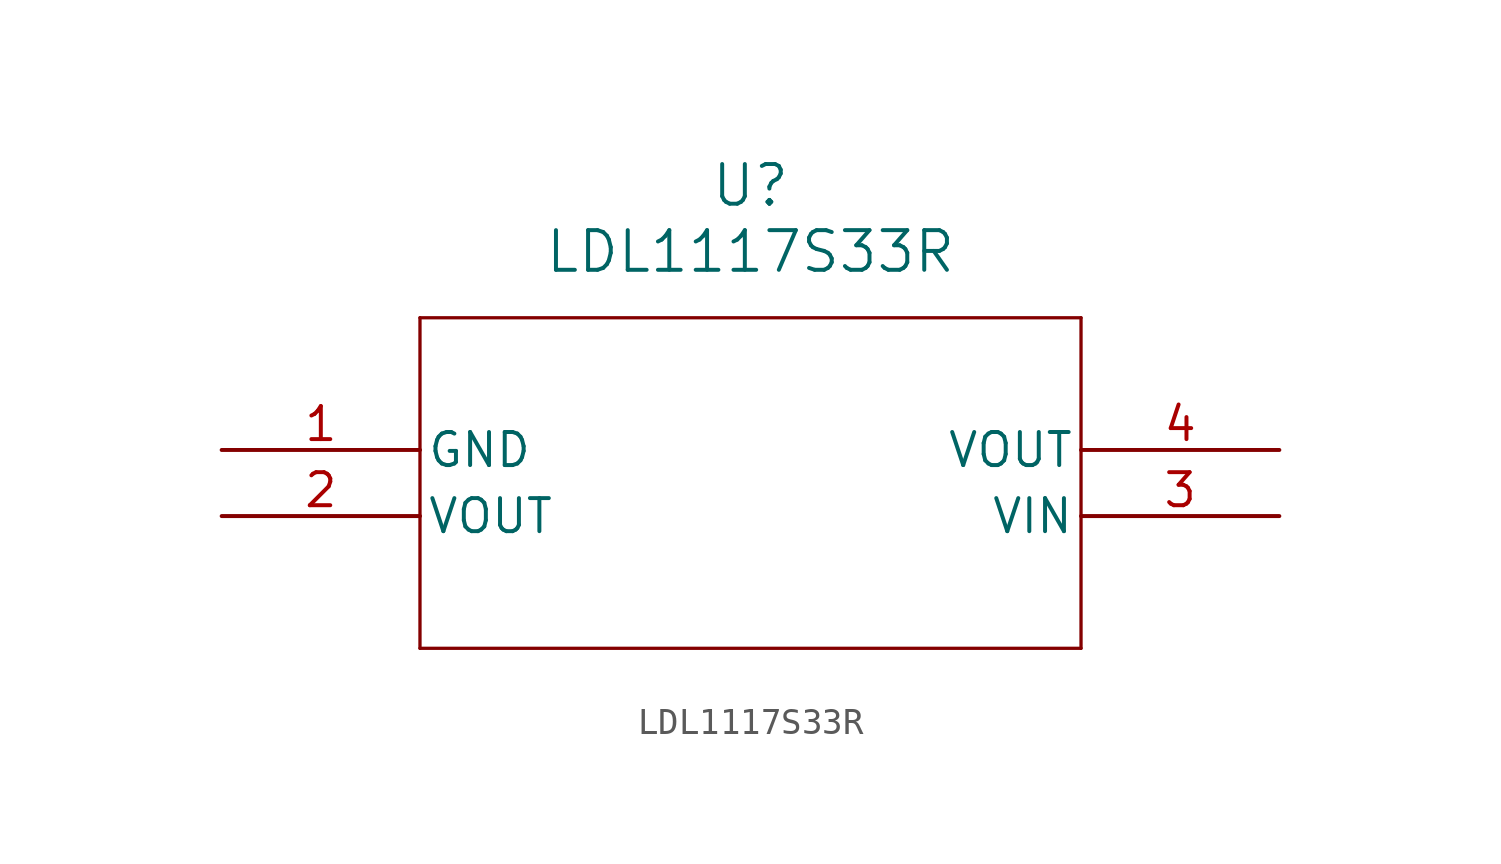
<source format=kicad_sym>
(kicad_symbol_lib
  (version 20211014)
  (generator kicad_symbol_editor)
  (symbol "LDL1117S33R"
    (pin_names
      (offset 0.254))
    (property "Reference" "U"
      (at 20.32 10.16 0)
      (effects (font (size 1.524 1.524))))
    (property "Value" "LDL1117S33R"
      (at 20.32 7.62 0)
      (effects (font (size 1.524 1.524))))
    (symbol "LDL1117S33R_0_1"
      (polyline (pts (xy 7.62 5.08) (xy 7.62 -7.62)) (stroke (width 0.127) (type default) (color 0 0 0 0)) (fill (type none)))
      (polyline (pts (xy 7.62 -7.62) (xy 33.02 -7.62)) (stroke (width 0.127) (type default) (color 0 0 0 0)) (fill (type none)))
      (polyline (pts (xy 33.02 -7.62) (xy 33.02 5.08)) (stroke (width 0.127) (type default) (color 0 0 0 0)) (fill (type none)))
      (polyline (pts (xy 33.02 5.08) (xy 7.62 5.08)) (stroke (width 0.127) (type default) (color 0 0 0 0)) (fill (type none)))
      (pin power_out line (at 0 0 0) (length 7.62) (name "GND" (effects (font (size 1.27 1.27)))) (number "1" (effects (font (size 1.27 1.27)))))
      (pin output line (at 0 -2.54 0) (length 7.62) (name "VOUT" (effects (font (size 1.27 1.27)))) (number "2" (effects (font (size 1.27 1.27)))))
      (pin power_in line (at 40.64 -2.54 180) (length 7.62) (name "VIN" (effects (font (size 1.27 1.27)))) (number "3" (effects (font (size 1.27 1.27)))))
      (pin output line (at 40.64 0 180) (length 7.62) (name "VOUT" (effects (font (size 1.27 1.27)))) (number "4" (effects (font (size 1.27 1.27))))))))
</source>
